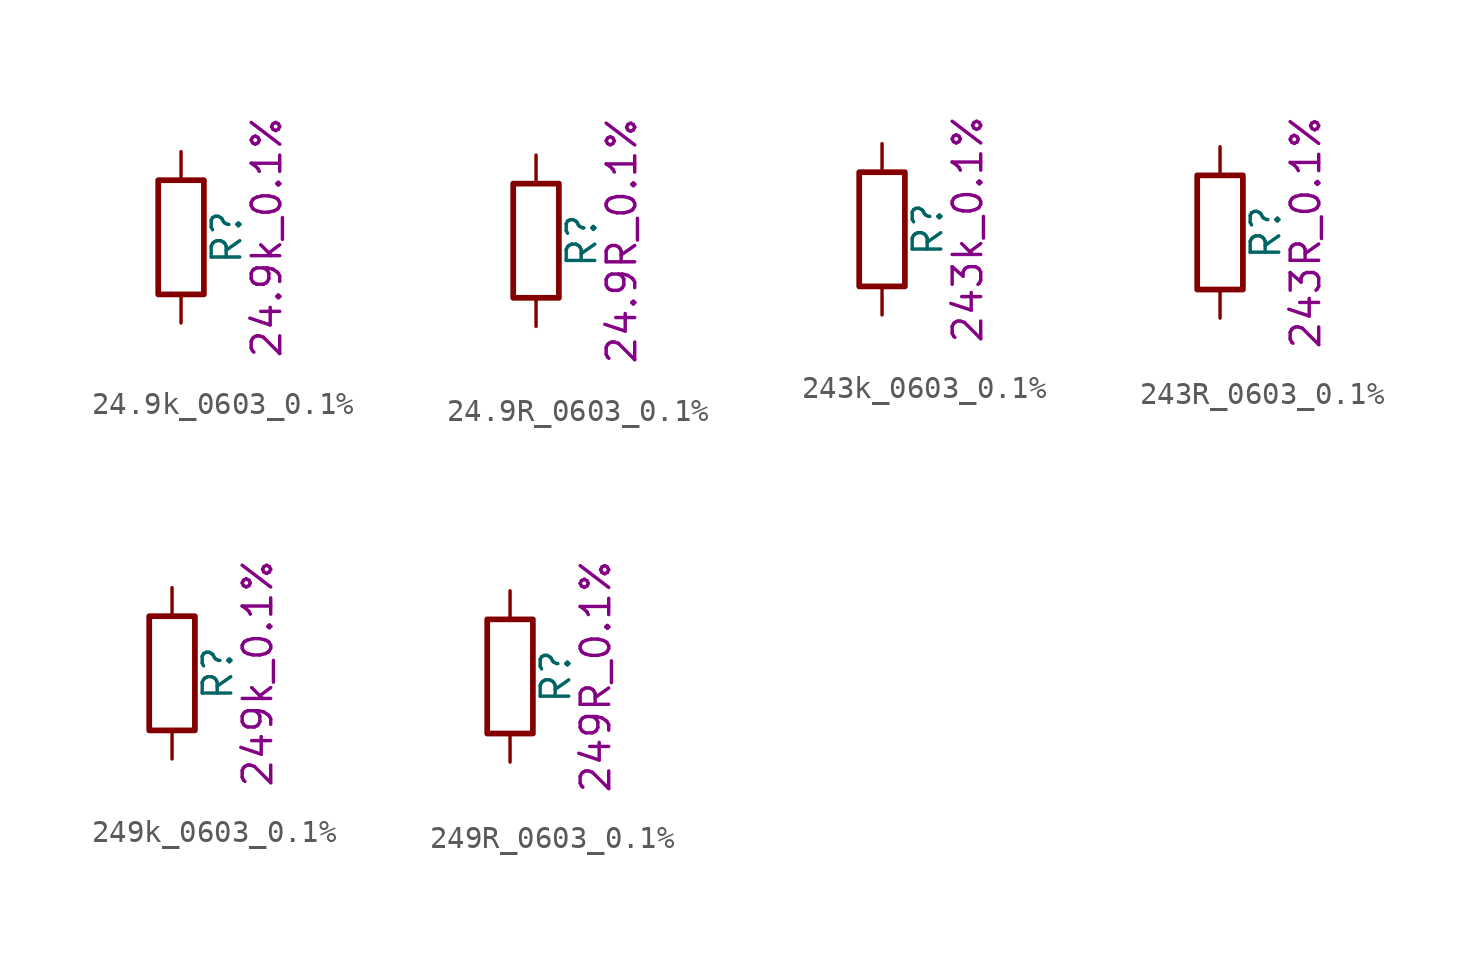
<source format=kicad_sym>
(kicad_symbol_lib
  (version 20211014)
  (generator kicad_symbol_editor)
  (symbol "24.9k_0603_0.1%"
    (pin_numbers hide)
    (pin_names
      (offset 0))
    (property "Reference" "R"
      (at 2.032 0 90)
      (effects (font (size 1.27 1.27))))
    (property "Display" "24.9k_0.1%"
      (at 3.81 0 90)
      (effects (font (size 1.27 1.27))))
    (symbol "24.9k_0603_0.1%_0_1"
      (rectangle (start -1.016 -2.54) (end 1.016 2.54) (stroke (width 0.254) (type default) (color 0 0 0 0)) (fill (type none))))
    (symbol "24.9k_0603_0.1%_1_1"
      (pin passive line (at 0 3.81 270) (length 1.27) (name "~" (effects (font (size 1.27 1.27)))) (number "1" (effects (font (size 1.27 1.27)))))
      (pin passive line (at 0 -3.81 90) (length 1.27) (name "~" (effects (font (size 1.27 1.27)))) (number "2" (effects (font (size 1.27 1.27)))))))
  (symbol "24.9R_0603_0.1%"
    (pin_numbers hide)
    (pin_names
      (offset 0))
    (property "Reference" "R"
      (at 2.032 0 90)
      (effects (font (size 1.27 1.27))))
    (property "Display" "24.9R_0.1%"
      (at 3.81 0 90)
      (effects (font (size 1.27 1.27))))
    (symbol "24.9R_0603_0.1%_0_1"
      (rectangle (start -1.016 -2.54) (end 1.016 2.54) (stroke (width 0.254) (type default) (color 0 0 0 0)) (fill (type none))))
    (symbol "24.9R_0603_0.1%_1_1"
      (pin passive line (at 0 3.81 270) (length 1.27) (name "~" (effects (font (size 1.27 1.27)))) (number "1" (effects (font (size 1.27 1.27)))))
      (pin passive line (at 0 -3.81 90) (length 1.27) (name "~" (effects (font (size 1.27 1.27)))) (number "2" (effects (font (size 1.27 1.27)))))))
  (symbol "243k_0603_0.1%"
    (pin_numbers hide)
    (pin_names
      (offset 0))
    (property "Reference" "R"
      (at 2.032 0 90)
      (effects (font (size 1.27 1.27))))
    (property "Display" "243k_0.1%"
      (at 3.81 0 90)
      (effects (font (size 1.27 1.27))))
    (symbol "243k_0603_0.1%_0_1"
      (rectangle (start -1.016 -2.54) (end 1.016 2.54) (stroke (width 0.254) (type default) (color 0 0 0 0)) (fill (type none))))
    (symbol "243k_0603_0.1%_1_1"
      (pin passive line (at 0 3.81 270) (length 1.27) (name "~" (effects (font (size 1.27 1.27)))) (number "1" (effects (font (size 1.27 1.27)))))
      (pin passive line (at 0 -3.81 90) (length 1.27) (name "~" (effects (font (size 1.27 1.27)))) (number "2" (effects (font (size 1.27 1.27)))))))
  (symbol "243R_0603_0.1%"
    (pin_numbers hide)
    (pin_names
      (offset 0))
    (property "Reference" "R"
      (at 2.032 0 90)
      (effects (font (size 1.27 1.27))))
    (property "Display" "243R_0.1%"
      (at 3.81 0 90)
      (effects (font (size 1.27 1.27))))
    (symbol "243R_0603_0.1%_0_1"
      (rectangle (start -1.016 -2.54) (end 1.016 2.54) (stroke (width 0.254) (type default) (color 0 0 0 0)) (fill (type none))))
    (symbol "243R_0603_0.1%_1_1"
      (pin passive line (at 0 3.81 270) (length 1.27) (name "~" (effects (font (size 1.27 1.27)))) (number "1" (effects (font (size 1.27 1.27)))))
      (pin passive line (at 0 -3.81 90) (length 1.27) (name "~" (effects (font (size 1.27 1.27)))) (number "2" (effects (font (size 1.27 1.27)))))))
  (symbol "249k_0603_0.1%"
    (pin_numbers hide)
    (pin_names
      (offset 0))
    (property "Reference" "R"
      (at 2.032 0 90)
      (effects (font (size 1.27 1.27))))
    (property "Display" "249k_0.1%"
      (at 3.81 0 90)
      (effects (font (size 1.27 1.27))))
    (symbol "249k_0603_0.1%_0_1"
      (rectangle (start -1.016 -2.54) (end 1.016 2.54) (stroke (width 0.254) (type default) (color 0 0 0 0)) (fill (type none))))
    (symbol "249k_0603_0.1%_1_1"
      (pin passive line (at 0 3.81 270) (length 1.27) (name "~" (effects (font (size 1.27 1.27)))) (number "1" (effects (font (size 1.27 1.27)))))
      (pin passive line (at 0 -3.81 90) (length 1.27) (name "~" (effects (font (size 1.27 1.27)))) (number "2" (effects (font (size 1.27 1.27)))))))
  (symbol "249R_0603_0.1%"
    (pin_numbers hide)
    (pin_names
      (offset 0))
    (property "Reference" "R"
      (at 2.032 0 90)
      (effects (font (size 1.27 1.27))))
    (property "Display" "249R_0.1%"
      (at 3.81 0 90)
      (effects (font (size 1.27 1.27))))
    (symbol "249R_0603_0.1%_0_1"
      (rectangle (start -1.016 -2.54) (end 1.016 2.54) (stroke (width 0.254) (type default) (color 0 0 0 0)) (fill (type none))))
    (symbol "249R_0603_0.1%_1_1"
      (pin passive line (at 0 3.81 270) (length 1.27) (name "~" (effects (font (size 1.27 1.27)))) (number "1" (effects (font (size 1.27 1.27)))))
      (pin passive line (at 0 -3.81 90) (length 1.27) (name "~" (effects (font (size 1.27 1.27)))) (number "2" (effects (font (size 1.27 1.27))))))))
</source>
